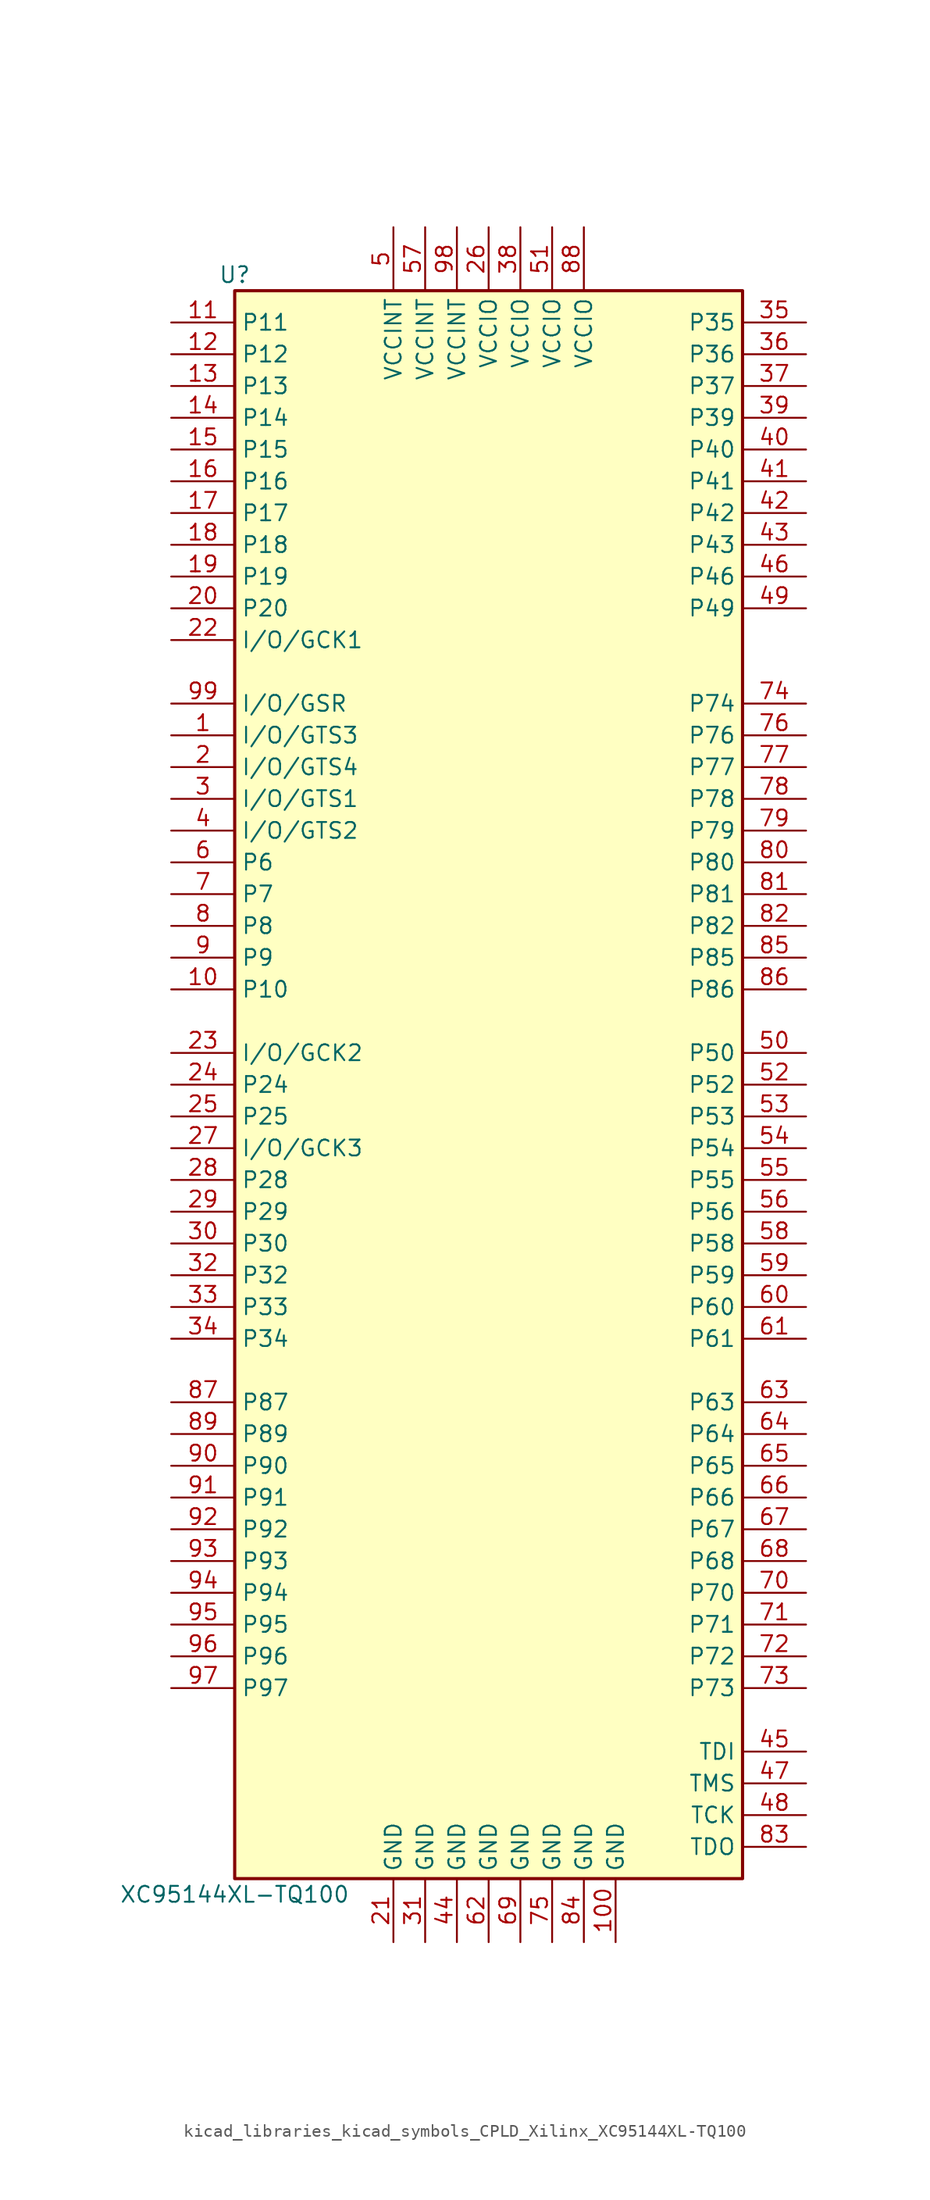
<source format=kicad_sym>
(kicad_symbol_lib
  (version 20220914)
  (generator kicad_symbol_editor)
  (symbol "kicad_libraries_kicad_symbols_CPLD_Xilinx_XC95144XL-TQ100"
    (property "Reference" "U"
      (at -20.32 64.77 0)
      (effects (font (size 1.27 1.27))))
    (property "Value" "XC95144XL-TQ100"
      (at -20.32 -64.77 0)
      (effects (font (size 1.27 1.27))))
    (symbol "kicad_libraries_kicad_symbols_CPLD_Xilinx_XC95144XL-TQ100_1_1"
      (rectangle (start -20.32 63.5) (end 20.32 -63.5) (stroke (width 0.254) (type default)) (fill (type background)))
      (pin bidirectional line (at -25.4 27.94 0) (length 5.08) (name "I/O/GTS3" (effects (font (size 1.27 1.27)))) (number "1" (effects (font (size 1.27 1.27)))))
      (pin bidirectional line (at -25.4 7.62 0) (length 5.08) (name "P10" (effects (font (size 1.27 1.27)))) (number "10" (effects (font (size 1.27 1.27)))))
      (pin power_in line (at 10.16 -68.58 90) (length 5.08) (name "GND" (effects (font (size 1.27 1.27)))) (number "100" (effects (font (size 1.27 1.27)))))
      (pin bidirectional line (at -25.4 60.96 0) (length 5.08) (name "P11" (effects (font (size 1.27 1.27)))) (number "11" (effects (font (size 1.27 1.27)))))
      (pin bidirectional line (at -25.4 58.42 0) (length 5.08) (name "P12" (effects (font (size 1.27 1.27)))) (number "12" (effects (font (size 1.27 1.27)))))
      (pin bidirectional line (at -25.4 55.88 0) (length 5.08) (name "P13" (effects (font (size 1.27 1.27)))) (number "13" (effects (font (size 1.27 1.27)))))
      (pin bidirectional line (at -25.4 53.34 0) (length 5.08) (name "P14" (effects (font (size 1.27 1.27)))) (number "14" (effects (font (size 1.27 1.27)))))
      (pin bidirectional line (at -25.4 50.8 0) (length 5.08) (name "P15" (effects (font (size 1.27 1.27)))) (number "15" (effects (font (size 1.27 1.27)))))
      (pin bidirectional line (at -25.4 48.26 0) (length 5.08) (name "P16" (effects (font (size 1.27 1.27)))) (number "16" (effects (font (size 1.27 1.27)))))
      (pin bidirectional line (at -25.4 45.72 0) (length 5.08) (name "P17" (effects (font (size 1.27 1.27)))) (number "17" (effects (font (size 1.27 1.27)))))
      (pin bidirectional line (at -25.4 43.18 0) (length 5.08) (name "P18" (effects (font (size 1.27 1.27)))) (number "18" (effects (font (size 1.27 1.27)))))
      (pin bidirectional line (at -25.4 40.64 0) (length 5.08) (name "P19" (effects (font (size 1.27 1.27)))) (number "19" (effects (font (size 1.27 1.27)))))
      (pin bidirectional line (at -25.4 25.4 0) (length 5.08) (name "I/O/GTS4" (effects (font (size 1.27 1.27)))) (number "2" (effects (font (size 1.27 1.27)))))
      (pin bidirectional line (at -25.4 38.1 0) (length 5.08) (name "P20" (effects (font (size 1.27 1.27)))) (number "20" (effects (font (size 1.27 1.27)))))
      (pin power_in line (at -7.62 -68.58 90) (length 5.08) (name "GND" (effects (font (size 1.27 1.27)))) (number "21" (effects (font (size 1.27 1.27)))))
      (pin bidirectional line (at -25.4 35.56 0) (length 5.08) (name "I/O/GCK1" (effects (font (size 1.27 1.27)))) (number "22" (effects (font (size 1.27 1.27)))))
      (pin bidirectional line (at -25.4 2.54 0) (length 5.08) (name "I/O/GCK2" (effects (font (size 1.27 1.27)))) (number "23" (effects (font (size 1.27 1.27)))))
      (pin bidirectional line (at -25.4 0 0) (length 5.08) (name "P24" (effects (font (size 1.27 1.27)))) (number "24" (effects (font (size 1.27 1.27)))))
      (pin bidirectional line (at -25.4 -2.54 0) (length 5.08) (name "P25" (effects (font (size 1.27 1.27)))) (number "25" (effects (font (size 1.27 1.27)))))
      (pin power_in line (at 0 68.58 270) (length 5.08) (name "VCCIO" (effects (font (size 1.27 1.27)))) (number "26" (effects (font (size 1.27 1.27)))))
      (pin bidirectional line (at -25.4 -5.08 0) (length 5.08) (name "I/O/GCK3" (effects (font (size 1.27 1.27)))) (number "27" (effects (font (size 1.27 1.27)))))
      (pin bidirectional line (at -25.4 -7.62 0) (length 5.08) (name "P28" (effects (font (size 1.27 1.27)))) (number "28" (effects (font (size 1.27 1.27)))))
      (pin bidirectional line (at -25.4 -10.16 0) (length 5.08) (name "P29" (effects (font (size 1.27 1.27)))) (number "29" (effects (font (size 1.27 1.27)))))
      (pin bidirectional line (at -25.4 22.86 0) (length 5.08) (name "I/O/GTS1" (effects (font (size 1.27 1.27)))) (number "3" (effects (font (size 1.27 1.27)))))
      (pin bidirectional line (at -25.4 -12.7 0) (length 5.08) (name "P30" (effects (font (size 1.27 1.27)))) (number "30" (effects (font (size 1.27 1.27)))))
      (pin power_in line (at -5.08 -68.58 90) (length 5.08) (name "GND" (effects (font (size 1.27 1.27)))) (number "31" (effects (font (size 1.27 1.27)))))
      (pin bidirectional line (at -25.4 -15.24 0) (length 5.08) (name "P32" (effects (font (size 1.27 1.27)))) (number "32" (effects (font (size 1.27 1.27)))))
      (pin bidirectional line (at -25.4 -17.78 0) (length 5.08) (name "P33" (effects (font (size 1.27 1.27)))) (number "33" (effects (font (size 1.27 1.27)))))
      (pin bidirectional line (at -25.4 -20.32 0) (length 5.08) (name "P34" (effects (font (size 1.27 1.27)))) (number "34" (effects (font (size 1.27 1.27)))))
      (pin bidirectional line (at 25.4 60.96 180) (length 5.08) (name "P35" (effects (font (size 1.27 1.27)))) (number "35" (effects (font (size 1.27 1.27)))))
      (pin bidirectional line (at 25.4 58.42 180) (length 5.08) (name "P36" (effects (font (size 1.27 1.27)))) (number "36" (effects (font (size 1.27 1.27)))))
      (pin bidirectional line (at 25.4 55.88 180) (length 5.08) (name "P37" (effects (font (size 1.27 1.27)))) (number "37" (effects (font (size 1.27 1.27)))))
      (pin power_in line (at 2.54 68.58 270) (length 5.08) (name "VCCIO" (effects (font (size 1.27 1.27)))) (number "38" (effects (font (size 1.27 1.27)))))
      (pin bidirectional line (at 25.4 53.34 180) (length 5.08) (name "P39" (effects (font (size 1.27 1.27)))) (number "39" (effects (font (size 1.27 1.27)))))
      (pin bidirectional line (at -25.4 20.32 0) (length 5.08) (name "I/O/GTS2" (effects (font (size 1.27 1.27)))) (number "4" (effects (font (size 1.27 1.27)))))
      (pin bidirectional line (at 25.4 50.8 180) (length 5.08) (name "P40" (effects (font (size 1.27 1.27)))) (number "40" (effects (font (size 1.27 1.27)))))
      (pin bidirectional line (at 25.4 48.26 180) (length 5.08) (name "P41" (effects (font (size 1.27 1.27)))) (number "41" (effects (font (size 1.27 1.27)))))
      (pin bidirectional line (at 25.4 45.72 180) (length 5.08) (name "P42" (effects (font (size 1.27 1.27)))) (number "42" (effects (font (size 1.27 1.27)))))
      (pin bidirectional line (at 25.4 43.18 180) (length 5.08) (name "P43" (effects (font (size 1.27 1.27)))) (number "43" (effects (font (size 1.27 1.27)))))
      (pin power_in line (at -2.54 -68.58 90) (length 5.08) (name "GND" (effects (font (size 1.27 1.27)))) (number "44" (effects (font (size 1.27 1.27)))))
      (pin input line (at 25.4 -53.34 180) (length 5.08) (name "TDI" (effects (font (size 1.27 1.27)))) (number "45" (effects (font (size 1.27 1.27)))))
      (pin bidirectional line (at 25.4 40.64 180) (length 5.08) (name "P46" (effects (font (size 1.27 1.27)))) (number "46" (effects (font (size 1.27 1.27)))))
      (pin input line (at 25.4 -55.88 180) (length 5.08) (name "TMS" (effects (font (size 1.27 1.27)))) (number "47" (effects (font (size 1.27 1.27)))))
      (pin input line (at 25.4 -58.42 180) (length 5.08) (name "TCK" (effects (font (size 1.27 1.27)))) (number "48" (effects (font (size 1.27 1.27)))))
      (pin bidirectional line (at 25.4 38.1 180) (length 5.08) (name "P49" (effects (font (size 1.27 1.27)))) (number "49" (effects (font (size 1.27 1.27)))))
      (pin power_in line (at -7.62 68.58 270) (length 5.08) (name "VCCINT" (effects (font (size 1.27 1.27)))) (number "5" (effects (font (size 1.27 1.27)))))
      (pin bidirectional line (at 25.4 2.54 180) (length 5.08) (name "P50" (effects (font (size 1.27 1.27)))) (number "50" (effects (font (size 1.27 1.27)))))
      (pin power_in line (at 5.08 68.58 270) (length 5.08) (name "VCCIO" (effects (font (size 1.27 1.27)))) (number "51" (effects (font (size 1.27 1.27)))))
      (pin bidirectional line (at 25.4 0 180) (length 5.08) (name "P52" (effects (font (size 1.27 1.27)))) (number "52" (effects (font (size 1.27 1.27)))))
      (pin bidirectional line (at 25.4 -2.54 180) (length 5.08) (name "P53" (effects (font (size 1.27 1.27)))) (number "53" (effects (font (size 1.27 1.27)))))
      (pin bidirectional line (at 25.4 -5.08 180) (length 5.08) (name "P54" (effects (font (size 1.27 1.27)))) (number "54" (effects (font (size 1.27 1.27)))))
      (pin bidirectional line (at 25.4 -7.62 180) (length 5.08) (name "P55" (effects (font (size 1.27 1.27)))) (number "55" (effects (font (size 1.27 1.27)))))
      (pin bidirectional line (at 25.4 -10.16 180) (length 5.08) (name "P56" (effects (font (size 1.27 1.27)))) (number "56" (effects (font (size 1.27 1.27)))))
      (pin power_in line (at -5.08 68.58 270) (length 5.08) (name "VCCINT" (effects (font (size 1.27 1.27)))) (number "57" (effects (font (size 1.27 1.27)))))
      (pin bidirectional line (at 25.4 -12.7 180) (length 5.08) (name "P58" (effects (font (size 1.27 1.27)))) (number "58" (effects (font (size 1.27 1.27)))))
      (pin bidirectional line (at 25.4 -15.24 180) (length 5.08) (name "P59" (effects (font (size 1.27 1.27)))) (number "59" (effects (font (size 1.27 1.27)))))
      (pin bidirectional line (at -25.4 17.78 0) (length 5.08) (name "P6" (effects (font (size 1.27 1.27)))) (number "6" (effects (font (size 1.27 1.27)))))
      (pin bidirectional line (at 25.4 -17.78 180) (length 5.08) (name "P60" (effects (font (size 1.27 1.27)))) (number "60" (effects (font (size 1.27 1.27)))))
      (pin bidirectional line (at 25.4 -20.32 180) (length 5.08) (name "P61" (effects (font (size 1.27 1.27)))) (number "61" (effects (font (size 1.27 1.27)))))
      (pin power_in line (at 0 -68.58 90) (length 5.08) (name "GND" (effects (font (size 1.27 1.27)))) (number "62" (effects (font (size 1.27 1.27)))))
      (pin bidirectional line (at 25.4 -25.4 180) (length 5.08) (name "P63" (effects (font (size 1.27 1.27)))) (number "63" (effects (font (size 1.27 1.27)))))
      (pin bidirectional line (at 25.4 -27.94 180) (length 5.08) (name "P64" (effects (font (size 1.27 1.27)))) (number "64" (effects (font (size 1.27 1.27)))))
      (pin bidirectional line (at 25.4 -30.48 180) (length 5.08) (name "P65" (effects (font (size 1.27 1.27)))) (number "65" (effects (font (size 1.27 1.27)))))
      (pin bidirectional line (at 25.4 -33.02 180) (length 5.08) (name "P66" (effects (font (size 1.27 1.27)))) (number "66" (effects (font (size 1.27 1.27)))))
      (pin bidirectional line (at 25.4 -35.56 180) (length 5.08) (name "P67" (effects (font (size 1.27 1.27)))) (number "67" (effects (font (size 1.27 1.27)))))
      (pin bidirectional line (at 25.4 -38.1 180) (length 5.08) (name "P68" (effects (font (size 1.27 1.27)))) (number "68" (effects (font (size 1.27 1.27)))))
      (pin power_in line (at 2.54 -68.58 90) (length 5.08) (name "GND" (effects (font (size 1.27 1.27)))) (number "69" (effects (font (size 1.27 1.27)))))
      (pin bidirectional line (at -25.4 15.24 0) (length 5.08) (name "P7" (effects (font (size 1.27 1.27)))) (number "7" (effects (font (size 1.27 1.27)))))
      (pin bidirectional line (at 25.4 -40.64 180) (length 5.08) (name "P70" (effects (font (size 1.27 1.27)))) (number "70" (effects (font (size 1.27 1.27)))))
      (pin bidirectional line (at 25.4 -43.18 180) (length 5.08) (name "P71" (effects (font (size 1.27 1.27)))) (number "71" (effects (font (size 1.27 1.27)))))
      (pin bidirectional line (at 25.4 -45.72 180) (length 5.08) (name "P72" (effects (font (size 1.27 1.27)))) (number "72" (effects (font (size 1.27 1.27)))))
      (pin bidirectional line (at 25.4 -48.26 180) (length 5.08) (name "P73" (effects (font (size 1.27 1.27)))) (number "73" (effects (font (size 1.27 1.27)))))
      (pin bidirectional line (at 25.4 30.48 180) (length 5.08) (name "P74" (effects (font (size 1.27 1.27)))) (number "74" (effects (font (size 1.27 1.27)))))
      (pin power_in line (at 5.08 -68.58 90) (length 5.08) (name "GND" (effects (font (size 1.27 1.27)))) (number "75" (effects (font (size 1.27 1.27)))))
      (pin bidirectional line (at 25.4 27.94 180) (length 5.08) (name "P76" (effects (font (size 1.27 1.27)))) (number "76" (effects (font (size 1.27 1.27)))))
      (pin bidirectional line (at 25.4 25.4 180) (length 5.08) (name "P77" (effects (font (size 1.27 1.27)))) (number "77" (effects (font (size 1.27 1.27)))))
      (pin bidirectional line (at 25.4 22.86 180) (length 5.08) (name "P78" (effects (font (size 1.27 1.27)))) (number "78" (effects (font (size 1.27 1.27)))))
      (pin bidirectional line (at 25.4 20.32 180) (length 5.08) (name "P79" (effects (font (size 1.27 1.27)))) (number "79" (effects (font (size 1.27 1.27)))))
      (pin bidirectional line (at -25.4 12.7 0) (length 5.08) (name "P8" (effects (font (size 1.27 1.27)))) (number "8" (effects (font (size 1.27 1.27)))))
      (pin bidirectional line (at 25.4 17.78 180) (length 5.08) (name "P80" (effects (font (size 1.27 1.27)))) (number "80" (effects (font (size 1.27 1.27)))))
      (pin bidirectional line (at 25.4 15.24 180) (length 5.08) (name "P81" (effects (font (size 1.27 1.27)))) (number "81" (effects (font (size 1.27 1.27)))))
      (pin bidirectional line (at 25.4 12.7 180) (length 5.08) (name "P82" (effects (font (size 1.27 1.27)))) (number "82" (effects (font (size 1.27 1.27)))))
      (pin output line (at 25.4 -60.96 180) (length 5.08) (name "TDO" (effects (font (size 1.27 1.27)))) (number "83" (effects (font (size 1.27 1.27)))))
      (pin power_in line (at 7.62 -68.58 90) (length 5.08) (name "GND" (effects (font (size 1.27 1.27)))) (number "84" (effects (font (size 1.27 1.27)))))
      (pin bidirectional line (at 25.4 10.16 180) (length 5.08) (name "P85" (effects (font (size 1.27 1.27)))) (number "85" (effects (font (size 1.27 1.27)))))
      (pin bidirectional line (at 25.4 7.62 180) (length 5.08) (name "P86" (effects (font (size 1.27 1.27)))) (number "86" (effects (font (size 1.27 1.27)))))
      (pin bidirectional line (at -25.4 -25.4 0) (length 5.08) (name "P87" (effects (font (size 1.27 1.27)))) (number "87" (effects (font (size 1.27 1.27)))))
      (pin power_in line (at 7.62 68.58 270) (length 5.08) (name "VCCIO" (effects (font (size 1.27 1.27)))) (number "88" (effects (font (size 1.27 1.27)))))
      (pin bidirectional line (at -25.4 -27.94 0) (length 5.08) (name "P89" (effects (font (size 1.27 1.27)))) (number "89" (effects (font (size 1.27 1.27)))))
      (pin bidirectional line (at -25.4 10.16 0) (length 5.08) (name "P9" (effects (font (size 1.27 1.27)))) (number "9" (effects (font (size 1.27 1.27)))))
      (pin bidirectional line (at -25.4 -30.48 0) (length 5.08) (name "P90" (effects (font (size 1.27 1.27)))) (number "90" (effects (font (size 1.27 1.27)))))
      (pin bidirectional line (at -25.4 -33.02 0) (length 5.08) (name "P91" (effects (font (size 1.27 1.27)))) (number "91" (effects (font (size 1.27 1.27)))))
      (pin bidirectional line (at -25.4 -35.56 0) (length 5.08) (name "P92" (effects (font (size 1.27 1.27)))) (number "92" (effects (font (size 1.27 1.27)))))
      (pin bidirectional line (at -25.4 -38.1 0) (length 5.08) (name "P93" (effects (font (size 1.27 1.27)))) (number "93" (effects (font (size 1.27 1.27)))))
      (pin bidirectional line (at -25.4 -40.64 0) (length 5.08) (name "P94" (effects (font (size 1.27 1.27)))) (number "94" (effects (font (size 1.27 1.27)))))
      (pin bidirectional line (at -25.4 -43.18 0) (length 5.08) (name "P95" (effects (font (size 1.27 1.27)))) (number "95" (effects (font (size 1.27 1.27)))))
      (pin bidirectional line (at -25.4 -45.72 0) (length 5.08) (name "P96" (effects (font (size 1.27 1.27)))) (number "96" (effects (font (size 1.27 1.27)))))
      (pin bidirectional line (at -25.4 -48.26 0) (length 5.08) (name "P97" (effects (font (size 1.27 1.27)))) (number "97" (effects (font (size 1.27 1.27)))))
      (pin power_in line (at -2.54 68.58 270) (length 5.08) (name "VCCINT" (effects (font (size 1.27 1.27)))) (number "98" (effects (font (size 1.27 1.27)))))
      (pin bidirectional line (at -25.4 30.48 0) (length 5.08) (name "I/O/GSR" (effects (font (size 1.27 1.27)))) (number "99" (effects (font (size 1.27 1.27))))))))
</source>
